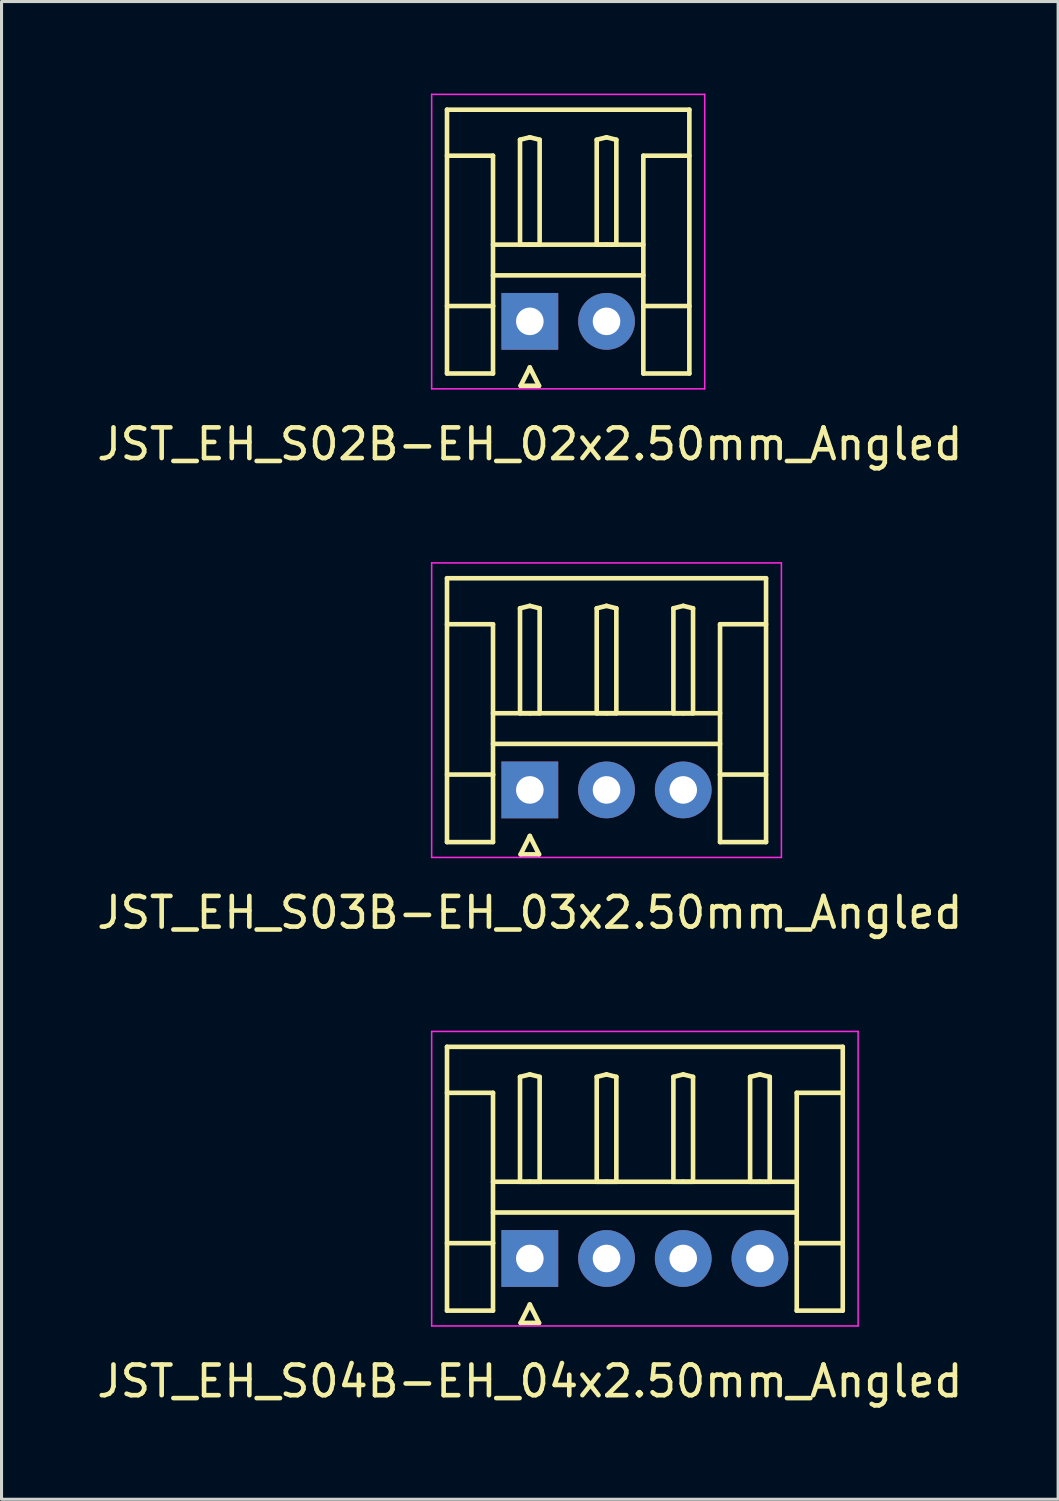
<source format=kicad_pcb>
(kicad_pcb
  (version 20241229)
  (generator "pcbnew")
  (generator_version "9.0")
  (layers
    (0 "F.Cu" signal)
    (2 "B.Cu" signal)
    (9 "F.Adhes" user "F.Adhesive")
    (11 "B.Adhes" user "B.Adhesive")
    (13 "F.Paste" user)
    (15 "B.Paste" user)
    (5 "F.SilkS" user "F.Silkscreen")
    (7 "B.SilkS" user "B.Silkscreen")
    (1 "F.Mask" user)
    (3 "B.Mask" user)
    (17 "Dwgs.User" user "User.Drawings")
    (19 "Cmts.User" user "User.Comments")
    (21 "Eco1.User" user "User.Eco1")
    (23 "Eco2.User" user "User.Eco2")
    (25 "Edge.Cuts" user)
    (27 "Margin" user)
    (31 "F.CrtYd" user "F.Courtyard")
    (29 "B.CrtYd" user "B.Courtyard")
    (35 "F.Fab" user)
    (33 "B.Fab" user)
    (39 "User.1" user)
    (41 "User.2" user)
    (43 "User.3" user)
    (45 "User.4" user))
  (footprint "JST_EH_S03B-EH_03x2.50mm_Angled"
    (layer "F.Cu")
    (at 14.22 22.698)
    (property "Reference" "JST_EH_S03B-EH_03x2.50mm_Angled" (at 0 4 0) (layer "F.SilkS") (effects (font (size 1 1) (thickness 0.15))))
    (attr through_hole)
    (fp_line (start -2.7 -6.9) (end 7.7 -6.9) (stroke (width 0.15) (type solid)) (layer "F.SilkS"))
    (fp_line (start -2.7 -5.4) (end -1.2 -5.4) (stroke (width 0.15) (type solid)) (layer "F.SilkS"))
    (fp_line (start -2.7 1.7) (end -2.7 -6.9) (stroke (width 0.15) (type solid)) (layer "F.SilkS"))
    (fp_line (start -1.2 -5.4) (end -1.2 -0.5) (stroke (width 0.15) (type solid)) (layer "F.SilkS"))
    (fp_line (start -1.2 -2.5) (end 6.2 -2.5) (stroke (width 0.15) (type solid)) (layer "F.SilkS"))
    (fp_line (start -1.2 -1.5) (end 6.2 -1.5) (stroke (width 0.15) (type solid)) (layer "F.SilkS"))
    (fp_line (start -1.2 -0.5) (end -2.7 -0.5) (stroke (width 0.15) (type solid)) (layer "F.SilkS"))
    (fp_line (start -1.2 -0.5) (end -1.2 1.7) (stroke (width 0.15) (type solid)) (layer "F.SilkS"))
    (fp_line (start -1.2 1.7) (end -2.7 1.7) (stroke (width 0.15) (type solid)) (layer "F.SilkS"))
    (fp_line (start -0.32 -5.92) (end 0 -6) (stroke (width 0.15) (type solid)) (layer "F.SilkS"))
    (fp_line (start -0.32 -2.5) (end -0.32 -5.92) (stroke (width 0.15) (type solid)) (layer "F.SilkS"))
    (fp_line (start -0.3 2.1) (end 0.3 2.1) (stroke (width 0.15) (type solid)) (layer "F.SilkS"))
    (fp_line (start 0 -6) (end 0.32 -5.92) (stroke (width 0.15) (type solid)) (layer "F.SilkS"))
    (fp_line (start 0 -2.5) (end -0.32 -2.5) (stroke (width 0.15) (type solid)) (layer "F.SilkS"))
    (fp_line (start 0 1.5) (end -0.3 2.1) (stroke (width 0.15) (type solid)) (layer "F.SilkS"))
    (fp_line (start 0.3 2.1) (end 0 1.5) (stroke (width 0.15) (type solid)) (layer "F.SilkS"))
    (fp_line (start 0.32 -5.92) (end 0.32 -2.5) (stroke (width 0.15) (type solid)) (layer "F.SilkS"))
    (fp_line (start 0.32 -2.5) (end 0 -2.5) (stroke (width 0.15) (type solid)) (layer "F.SilkS"))
    (fp_line (start 2.18 -5.92) (end 2.5 -6) (stroke (width 0.15) (type solid)) (layer "F.SilkS"))
    (fp_line (start 2.18 -2.5) (end 2.18 -5.92) (stroke (width 0.15) (type solid)) (layer "F.SilkS"))
    (fp_line (start 2.5 -6) (end 2.82 -5.92) (stroke (width 0.15) (type solid)) (layer "F.SilkS"))
    (fp_line (start 2.5 -2.5) (end 2.18 -2.5) (stroke (width 0.15) (type solid)) (layer "F.SilkS"))
    (fp_line (start 2.82 -5.92) (end 2.82 -2.5) (stroke (width 0.15) (type solid)) (layer "F.SilkS"))
    (fp_line (start 2.82 -2.5) (end 2.5 -2.5) (stroke (width 0.15) (type solid)) (layer "F.SilkS"))
    (fp_line (start 4.68 -5.92) (end 5 -6) (stroke (width 0.15) (type solid)) (layer "F.SilkS"))
    (fp_line (start 4.68 -2.5) (end 4.68 -5.92) (stroke (width 0.15) (type solid)) (layer "F.SilkS"))
    (fp_line (start 5 -6) (end 5.32 -5.92) (stroke (width 0.15) (type solid)) (layer "F.SilkS"))
    (fp_line (start 5 -2.5) (end 4.68 -2.5) (stroke (width 0.15) (type solid)) (layer "F.SilkS"))
    (fp_line (start 5.32 -5.92) (end 5.32 -2.5) (stroke (width 0.15) (type solid)) (layer "F.SilkS"))
    (fp_line (start 5.32 -2.5) (end 5 -2.5) (stroke (width 0.15) (type solid)) (layer "F.SilkS"))
    (fp_line (start 6.2 -5.4) (end 6.2 -0.5) (stroke (width 0.15) (type solid)) (layer "F.SilkS"))
    (fp_line (start 6.2 -0.5) (end 7.7 -0.5) (stroke (width 0.15) (type solid)) (layer "F.SilkS"))
    (fp_line (start 6.2 1.7) (end 6.2 -0.5) (stroke (width 0.15) (type solid)) (layer "F.SilkS"))
    (fp_line (start 7.7 -6.9) (end 7.7 1.7) (stroke (width 0.15) (type solid)) (layer "F.SilkS"))
    (fp_line (start 7.7 -5.4) (end 6.2 -5.4) (stroke (width 0.15) (type solid)) (layer "F.SilkS"))
    (fp_line (start 7.7 1.7) (end 6.2 1.7) (stroke (width 0.15) (type solid)) (layer "F.SilkS"))
    (fp_line (start -3.2 -7.4) (end -3.2 2.2) (stroke (width 0.05) (type solid)) (layer "F.CrtYd"))
    (fp_line (start -3.2 2.2) (end 8.2 2.2) (stroke (width 0.05) (type solid)) (layer "F.CrtYd"))
    (fp_line (start 8.2 -7.4) (end -3.2 -7.4) (stroke (width 0.05) (type solid)) (layer "F.CrtYd"))
    (fp_line (start 8.2 2.2) (end 8.2 -7.4) (stroke (width 0.05) (type solid)) (layer "F.CrtYd"))
    (pad "1" thru_hole rect (at 0 0) (size 1.85 1.85) (drill 0.9) (layers "*.Cu" "*.Mask"))
    (pad "2" thru_hole circle (at 2.5 0) (size 1.85 1.85) (drill 0.9) (layers "*.Cu" "*.Mask"))
    (pad "3" thru_hole circle (at 5 0) (size 1.85 1.85) (drill 0.9) (layers "*.Cu" "*.Mask")))
  (footprint "JST_EH_S04B-EH_04x2.50mm_Angled"
    (layer "F.Cu")
    (at 14.22 37.971)
    (property "Reference" "JST_EH_S04B-EH_04x2.50mm_Angled" (at 0 4 0) (layer "F.SilkS") (effects (font (size 1 1) (thickness 0.15))))
    (attr through_hole)
    (fp_line (start -2.7 -6.9) (end 10.2 -6.9) (stroke (width 0.15) (type solid)) (layer "F.SilkS"))
    (fp_line (start -2.7 -5.4) (end -1.2 -5.4) (stroke (width 0.15) (type solid)) (layer "F.SilkS"))
    (fp_line (start -2.7 1.7) (end -2.7 -6.9) (stroke (width 0.15) (type solid)) (layer "F.SilkS"))
    (fp_line (start -1.2 -5.4) (end -1.2 -0.5) (stroke (width 0.15) (type solid)) (layer "F.SilkS"))
    (fp_line (start -1.2 -2.5) (end 8.7 -2.5) (stroke (width 0.15) (type solid)) (layer "F.SilkS"))
    (fp_line (start -1.2 -1.5) (end 8.7 -1.5) (stroke (width 0.15) (type solid)) (layer "F.SilkS"))
    (fp_line (start -1.2 -0.5) (end -2.7 -0.5) (stroke (width 0.15) (type solid)) (layer "F.SilkS"))
    (fp_line (start -1.2 -0.5) (end -1.2 1.7) (stroke (width 0.15) (type solid)) (layer "F.SilkS"))
    (fp_line (start -1.2 1.7) (end -2.7 1.7) (stroke (width 0.15) (type solid)) (layer "F.SilkS"))
    (fp_line (start -0.32 -5.92) (end 0 -6) (stroke (width 0.15) (type solid)) (layer "F.SilkS"))
    (fp_line (start -0.32 -2.5) (end -0.32 -5.92) (stroke (width 0.15) (type solid)) (layer "F.SilkS"))
    (fp_line (start -0.3 2.1) (end 0.3 2.1) (stroke (width 0.15) (type solid)) (layer "F.SilkS"))
    (fp_line (start 0 -6) (end 0.32 -5.92) (stroke (width 0.15) (type solid)) (layer "F.SilkS"))
    (fp_line (start 0 -2.5) (end -0.32 -2.5) (stroke (width 0.15) (type solid)) (layer "F.SilkS"))
    (fp_line (start 0 1.5) (end -0.3 2.1) (stroke (width 0.15) (type solid)) (layer "F.SilkS"))
    (fp_line (start 0.3 2.1) (end 0 1.5) (stroke (width 0.15) (type solid)) (layer "F.SilkS"))
    (fp_line (start 0.32 -5.92) (end 0.32 -2.5) (stroke (width 0.15) (type solid)) (layer "F.SilkS"))
    (fp_line (start 0.32 -2.5) (end 0 -2.5) (stroke (width 0.15) (type solid)) (layer "F.SilkS"))
    (fp_line (start 2.18 -5.92) (end 2.5 -6) (stroke (width 0.15) (type solid)) (layer "F.SilkS"))
    (fp_line (start 2.18 -2.5) (end 2.18 -5.92) (stroke (width 0.15) (type solid)) (layer "F.SilkS"))
    (fp_line (start 2.5 -6) (end 2.82 -5.92) (stroke (width 0.15) (type solid)) (layer "F.SilkS"))
    (fp_line (start 2.5 -2.5) (end 2.18 -2.5) (stroke (width 0.15) (type solid)) (layer "F.SilkS"))
    (fp_line (start 2.82 -5.92) (end 2.82 -2.5) (stroke (width 0.15) (type solid)) (layer "F.SilkS"))
    (fp_line (start 2.82 -2.5) (end 2.5 -2.5) (stroke (width 0.15) (type solid)) (layer "F.SilkS"))
    (fp_line (start 4.68 -5.92) (end 5 -6) (stroke (width 0.15) (type solid)) (layer "F.SilkS"))
    (fp_line (start 4.68 -2.5) (end 4.68 -5.92) (stroke (width 0.15) (type solid)) (layer "F.SilkS"))
    (fp_line (start 5 -6) (end 5.32 -5.92) (stroke (width 0.15) (type solid)) (layer "F.SilkS"))
    (fp_line (start 5 -2.5) (end 4.68 -2.5) (stroke (width 0.15) (type solid)) (layer "F.SilkS"))
    (fp_line (start 5.32 -5.92) (end 5.32 -2.5) (stroke (width 0.15) (type solid)) (layer "F.SilkS"))
    (fp_line (start 5.32 -2.5) (end 5 -2.5) (stroke (width 0.15) (type solid)) (layer "F.SilkS"))
    (fp_line (start 7.18 -5.92) (end 7.5 -6) (stroke (width 0.15) (type solid)) (layer "F.SilkS"))
    (fp_line (start 7.18 -2.5) (end 7.18 -5.92) (stroke (width 0.15) (type solid)) (layer "F.SilkS"))
    (fp_line (start 7.5 -6) (end 7.82 -5.92) (stroke (width 0.15) (type solid)) (layer "F.SilkS"))
    (fp_line (start 7.5 -2.5) (end 7.18 -2.5) (stroke (width 0.15) (type solid)) (layer "F.SilkS"))
    (fp_line (start 7.82 -5.92) (end 7.82 -2.5) (stroke (width 0.15) (type solid)) (layer "F.SilkS"))
    (fp_line (start 7.82 -2.5) (end 7.5 -2.5) (stroke (width 0.15) (type solid)) (layer "F.SilkS"))
    (fp_line (start 8.7 -5.4) (end 8.7 -0.5) (stroke (width 0.15) (type solid)) (layer "F.SilkS"))
    (fp_line (start 8.7 -0.5) (end 10.2 -0.5) (stroke (width 0.15) (type solid)) (layer "F.SilkS"))
    (fp_line (start 8.7 1.7) (end 8.7 -0.5) (stroke (width 0.15) (type solid)) (layer "F.SilkS"))
    (fp_line (start 10.2 -6.9) (end 10.2 1.7) (stroke (width 0.15) (type solid)) (layer "F.SilkS"))
    (fp_line (start 10.2 -5.4) (end 8.7 -5.4) (stroke (width 0.15) (type solid)) (layer "F.SilkS"))
    (fp_line (start 10.2 1.7) (end 8.7 1.7) (stroke (width 0.15) (type solid)) (layer "F.SilkS"))
    (fp_line (start -3.2 -7.4) (end -3.2 2.2) (stroke (width 0.05) (type solid)) (layer "F.CrtYd"))
    (fp_line (start -3.2 2.2) (end 10.7 2.2) (stroke (width 0.05) (type solid)) (layer "F.CrtYd"))
    (fp_line (start 10.7 -7.4) (end -3.2 -7.4) (stroke (width 0.05) (type solid)) (layer "F.CrtYd"))
    (fp_line (start 10.7 2.2) (end 10.7 -7.4) (stroke (width 0.05) (type solid)) (layer "F.CrtYd"))
    (pad "1" thru_hole rect (at 0 0) (size 1.85 1.85) (drill 0.9) (layers "*.Cu" "*.Mask"))
    (pad "2" thru_hole circle (at 2.5 0) (size 1.85 1.85) (drill 0.9) (layers "*.Cu" "*.Mask"))
    (pad "3" thru_hole circle (at 5 0) (size 1.85 1.85) (drill 0.9) (layers "*.Cu" "*.Mask"))
    (pad "4" thru_hole circle (at 7.5 0) (size 1.85 1.85) (drill 0.9) (layers "*.Cu" "*.Mask")))
  (footprint "JST_EH_S02B-EH_02x2.50mm_Angled"
    (layer "F.Cu")
    (at 14.22 7.425)
    (property "Reference" "JST_EH_S02B-EH_02x2.50mm_Angled" (at 0 4 0) (layer "F.SilkS") (effects (font (size 1 1) (thickness 0.15))))
    (attr through_hole)
    (fp_line (start -2.7 -6.9) (end 5.2 -6.9) (stroke (width 0.15) (type solid)) (layer "F.SilkS"))
    (fp_line (start -2.7 -5.4) (end -1.2 -5.4) (stroke (width 0.15) (type solid)) (layer "F.SilkS"))
    (fp_line (start -2.7 1.7) (end -2.7 -6.9) (stroke (width 0.15) (type solid)) (layer "F.SilkS"))
    (fp_line (start -1.2 -5.4) (end -1.2 -0.5) (stroke (width 0.15) (type solid)) (layer "F.SilkS"))
    (fp_line (start -1.2 -2.5) (end 3.7 -2.5) (stroke (width 0.15) (type solid)) (layer "F.SilkS"))
    (fp_line (start -1.2 -1.5) (end 3.7 -1.5) (stroke (width 0.15) (type solid)) (layer "F.SilkS"))
    (fp_line (start -1.2 -0.5) (end -2.7 -0.5) (stroke (width 0.15) (type solid)) (layer "F.SilkS"))
    (fp_line (start -1.2 -0.5) (end -1.2 1.7) (stroke (width 0.15) (type solid)) (layer "F.SilkS"))
    (fp_line (start -1.2 1.7) (end -2.7 1.7) (stroke (width 0.15) (type solid)) (layer "F.SilkS"))
    (fp_line (start -0.32 -5.92) (end 0 -6) (stroke (width 0.15) (type solid)) (layer "F.SilkS"))
    (fp_line (start -0.32 -2.5) (end -0.32 -5.92) (stroke (width 0.15) (type solid)) (layer "F.SilkS"))
    (fp_line (start -0.3 2.1) (end 0.3 2.1) (stroke (width 0.15) (type solid)) (layer "F.SilkS"))
    (fp_line (start 0 -6) (end 0.32 -5.92) (stroke (width 0.15) (type solid)) (layer "F.SilkS"))
    (fp_line (start 0 -2.5) (end -0.32 -2.5) (stroke (width 0.15) (type solid)) (layer "F.SilkS"))
    (fp_line (start 0 1.5) (end -0.3 2.1) (stroke (width 0.15) (type solid)) (layer "F.SilkS"))
    (fp_line (start 0.3 2.1) (end 0 1.5) (stroke (width 0.15) (type solid)) (layer "F.SilkS"))
    (fp_line (start 0.32 -5.92) (end 0.32 -2.5) (stroke (width 0.15) (type solid)) (layer "F.SilkS"))
    (fp_line (start 0.32 -2.5) (end 0 -2.5) (stroke (width 0.15) (type solid)) (layer "F.SilkS"))
    (fp_line (start 2.18 -5.92) (end 2.5 -6) (stroke (width 0.15) (type solid)) (layer "F.SilkS"))
    (fp_line (start 2.18 -2.5) (end 2.18 -5.92) (stroke (width 0.15) (type solid)) (layer "F.SilkS"))
    (fp_line (start 2.5 -6) (end 2.82 -5.92) (stroke (width 0.15) (type solid)) (layer "F.SilkS"))
    (fp_line (start 2.5 -2.5) (end 2.18 -2.5) (stroke (width 0.15) (type solid)) (layer "F.SilkS"))
    (fp_line (start 2.82 -5.92) (end 2.82 -2.5) (stroke (width 0.15) (type solid)) (layer "F.SilkS"))
    (fp_line (start 2.82 -2.5) (end 2.5 -2.5) (stroke (width 0.15) (type solid)) (layer "F.SilkS"))
    (fp_line (start 3.7 -5.4) (end 3.7 -0.5) (stroke (width 0.15) (type solid)) (layer "F.SilkS"))
    (fp_line (start 3.7 -0.5) (end 5.2 -0.5) (stroke (width 0.15) (type solid)) (layer "F.SilkS"))
    (fp_line (start 3.7 1.7) (end 3.7 -0.5) (stroke (width 0.15) (type solid)) (layer "F.SilkS"))
    (fp_line (start 5.2 -6.9) (end 5.2 1.7) (stroke (width 0.15) (type solid)) (layer "F.SilkS"))
    (fp_line (start 5.2 -5.4) (end 3.7 -5.4) (stroke (width 0.15) (type solid)) (layer "F.SilkS"))
    (fp_line (start 5.2 1.7) (end 3.7 1.7) (stroke (width 0.15) (type solid)) (layer "F.SilkS"))
    (fp_line (start -3.2 -7.4) (end -3.2 2.2) (stroke (width 0.05) (type solid)) (layer "F.CrtYd"))
    (fp_line (start -3.2 2.2) (end 5.7 2.2) (stroke (width 0.05) (type solid)) (layer "F.CrtYd"))
    (fp_line (start 5.7 -7.4) (end -3.2 -7.4) (stroke (width 0.05) (type solid)) (layer "F.CrtYd"))
    (fp_line (start 5.7 2.2) (end 5.7 -7.4) (stroke (width 0.05) (type solid)) (layer "F.CrtYd"))
    (pad "1" thru_hole rect (at 0 0) (size 1.85 1.85) (drill 0.9) (layers "*.Cu" "*.Mask"))
    (pad "2" thru_hole circle (at 2.5 0) (size 1.85 1.85) (drill 0.9) (layers "*.Cu" "*.Mask")))
  (gr_rect
    (start -3 -3)
    (end 31.44 45.82)
    (stroke (width 0.1) (type default))
    (fill no)
    (layer "Edge.Cuts")))
</source>
